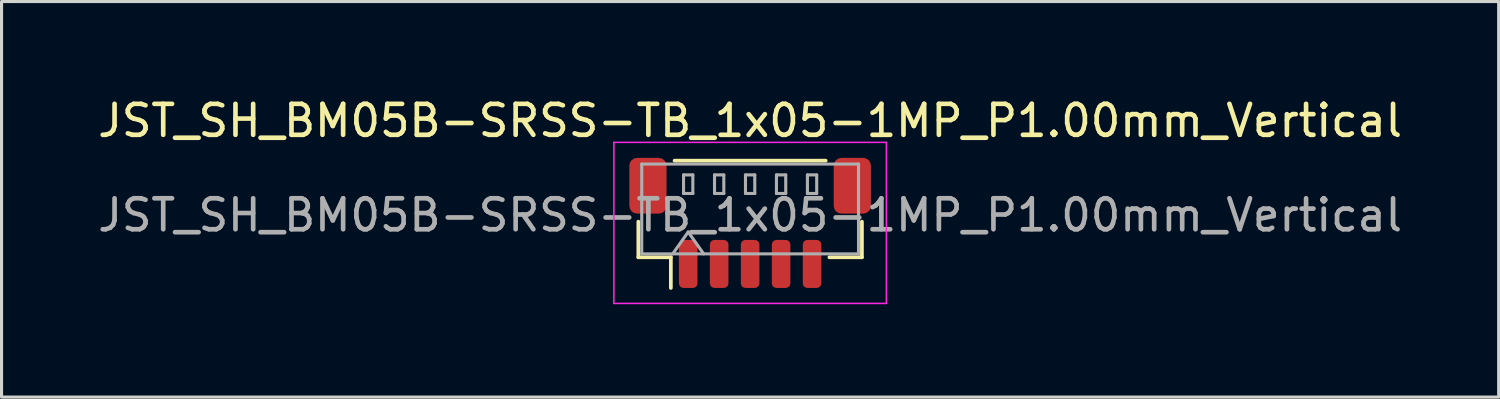
<source format=kicad_pcb>
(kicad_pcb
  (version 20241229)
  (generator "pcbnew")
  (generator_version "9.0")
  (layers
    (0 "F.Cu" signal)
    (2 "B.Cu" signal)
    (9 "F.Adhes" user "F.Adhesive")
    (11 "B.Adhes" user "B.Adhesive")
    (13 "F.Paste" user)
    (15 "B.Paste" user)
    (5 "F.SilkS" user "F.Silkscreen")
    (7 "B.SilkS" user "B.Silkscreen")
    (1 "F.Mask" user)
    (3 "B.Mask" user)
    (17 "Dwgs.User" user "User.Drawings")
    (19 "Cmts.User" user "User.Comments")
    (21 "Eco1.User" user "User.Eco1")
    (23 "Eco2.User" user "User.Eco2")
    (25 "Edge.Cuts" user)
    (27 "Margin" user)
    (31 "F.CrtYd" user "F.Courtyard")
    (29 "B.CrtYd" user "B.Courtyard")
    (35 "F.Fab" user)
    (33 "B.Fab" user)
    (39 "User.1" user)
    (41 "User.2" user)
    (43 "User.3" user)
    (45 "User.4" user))
  (footprint "JST_SH_BM05B-SRSS-TB_1x05-1MP_P1.00mm_Vertical"
    (layer "F.Cu")
    (at 21.173 4.148)
    (property "Reference" "JST_SH_BM05B-SRSS-TB_1x05-1MP_P1.00mm_Vertical" (at 0 -3.3 0) (layer "F.SilkS") (effects (font (size 1 1) (thickness 0.15))))
    (attr smd)
    (fp_line (start -3.61 -0.04) (end -3.61 1.11) (stroke (width 0.12) (type solid)) (layer "F.SilkS"))
    (fp_line (start -3.61 1.11) (end -2.56 1.11) (stroke (width 0.12) (type solid)) (layer "F.SilkS"))
    (fp_line (start -2.56 1.11) (end -2.56 2.1) (stroke (width 0.12) (type solid)) (layer "F.SilkS"))
    (fp_line (start -2.44 -2.01) (end 2.44 -2.01) (stroke (width 0.12) (type solid)) (layer "F.SilkS"))
    (fp_line (start 3.61 -0.04) (end 3.61 1.11) (stroke (width 0.12) (type solid)) (layer "F.SilkS"))
    (fp_line (start 3.61 1.11) (end 2.56 1.11) (stroke (width 0.12) (type solid)) (layer "F.SilkS"))
    (fp_line (start -4.4 -2.6) (end -4.4 2.6) (stroke (width 0.05) (type solid)) (layer "F.CrtYd"))
    (fp_line (start -4.4 2.6) (end 4.4 2.6) (stroke (width 0.05) (type solid)) (layer "F.CrtYd"))
    (fp_line (start 4.4 -2.6) (end -4.4 -2.6) (stroke (width 0.05) (type solid)) (layer "F.CrtYd"))
    (fp_line (start 4.4 2.6) (end 4.4 -2.6) (stroke (width 0.05) (type solid)) (layer "F.CrtYd"))
    (fp_line (start -3.5 -1.9) (end 3.5 -1.9) (stroke (width 0.1) (type solid)) (layer "F.Fab"))
    (fp_line (start -3.5 1) (end -3.5 -1.9) (stroke (width 0.1) (type solid)) (layer "F.Fab"))
    (fp_line (start -3.5 1) (end 3.5 1) (stroke (width 0.1) (type solid)) (layer "F.Fab"))
    (fp_line (start -2.5 1) (end -2 0.293) (stroke (width 0.1) (type solid)) (layer "F.Fab"))
    (fp_line (start -2.15 -1.55) (end -2.15 -0.95) (stroke (width 0.1) (type solid)) (layer "F.Fab"))
    (fp_line (start -2.15 -0.95) (end -1.85 -0.95) (stroke (width 0.1) (type solid)) (layer "F.Fab"))
    (fp_line (start -2 0.293) (end -1.5 1) (stroke (width 0.1) (type solid)) (layer "F.Fab"))
    (fp_line (start -1.85 -1.55) (end -2.15 -1.55) (stroke (width 0.1) (type solid)) (layer "F.Fab"))
    (fp_line (start -1.85 -0.95) (end -1.85 -1.55) (stroke (width 0.1) (type solid)) (layer "F.Fab"))
    (fp_line (start -1.15 -1.55) (end -1.15 -0.95) (stroke (width 0.1) (type solid)) (layer "F.Fab"))
    (fp_line (start -1.15 -0.95) (end -0.85 -0.95) (stroke (width 0.1) (type solid)) (layer "F.Fab"))
    (fp_line (start -0.85 -1.55) (end -1.15 -1.55) (stroke (width 0.1) (type solid)) (layer "F.Fab"))
    (fp_line (start -0.85 -0.95) (end -0.85 -1.55) (stroke (width 0.1) (type solid)) (layer "F.Fab"))
    (fp_line (start -0.15 -1.55) (end -0.15 -0.95) (stroke (width 0.1) (type solid)) (layer "F.Fab"))
    (fp_line (start -0.15 -0.95) (end 0.15 -0.95) (stroke (width 0.1) (type solid)) (layer "F.Fab"))
    (fp_line (start 0.15 -1.55) (end -0.15 -1.55) (stroke (width 0.1) (type solid)) (layer "F.Fab"))
    (fp_line (start 0.15 -0.95) (end 0.15 -1.55) (stroke (width 0.1) (type solid)) (layer "F.Fab"))
    (fp_line (start 0.85 -1.55) (end 0.85 -0.95) (stroke (width 0.1) (type solid)) (layer "F.Fab"))
    (fp_line (start 0.85 -0.95) (end 1.15 -0.95) (stroke (width 0.1) (type solid)) (layer "F.Fab"))
    (fp_line (start 1.15 -1.55) (end 0.85 -1.55) (stroke (width 0.1) (type solid)) (layer "F.Fab"))
    (fp_line (start 1.15 -0.95) (end 1.15 -1.55) (stroke (width 0.1) (type solid)) (layer "F.Fab"))
    (fp_line (start 1.85 -1.55) (end 1.85 -0.95) (stroke (width 0.1) (type solid)) (layer "F.Fab"))
    (fp_line (start 1.85 -0.95) (end 2.15 -0.95) (stroke (width 0.1) (type solid)) (layer "F.Fab"))
    (fp_line (start 2.15 -1.55) (end 1.85 -1.55) (stroke (width 0.1) (type solid)) (layer "F.Fab"))
    (fp_line (start 2.15 -0.95) (end 2.15 -1.55) (stroke (width 0.1) (type solid)) (layer "F.Fab"))
    (fp_line (start 3.5 1) (end 3.5 -1.9) (stroke (width 0.1) (type solid)) (layer "F.Fab"))
    (fp_text user "${REFERENCE}" (at 0 -0.25 0) (layer "F.Fab") (effects (font (size 1 1) (thickness 0.15))))
    (pad "1" smd roundrect (at -2 1.325) (size 0.6 1.55) (layers "F.Cu" "F.Mask" "F.Paste") (roundrect_rratio 0.25))
    (pad "2" smd roundrect (at -1 1.325) (size 0.6 1.55) (layers "F.Cu" "F.Mask" "F.Paste") (roundrect_rratio 0.25))
    (pad "3" smd roundrect (at 0 1.325) (size 0.6 1.55) (layers "F.Cu" "F.Mask" "F.Paste") (roundrect_rratio 0.25))
    (pad "4" smd roundrect (at 1 1.325) (size 0.6 1.55) (layers "F.Cu" "F.Mask" "F.Paste") (roundrect_rratio 0.25))
    (pad "5" smd roundrect (at 2 1.325) (size 0.6 1.55) (layers "F.Cu" "F.Mask" "F.Paste") (roundrect_rratio 0.25))
    (pad "MP" smd roundrect (at -3.3 -1.2) (size 1.2 1.8) (layers "F.Cu" "F.Mask" "F.Paste") (roundrect_rratio 0.208))
    (pad "MP" smd roundrect (at 3.3 -1.2) (size 1.2 1.8) (layers "F.Cu" "F.Mask" "F.Paste") (roundrect_rratio 0.208)))
  (gr_rect
    (start -3 -3)
    (end 45.345 9.773)
    (stroke (width 0.1) (type default))
    (fill no)
    (layer "Edge.Cuts")))
</source>
